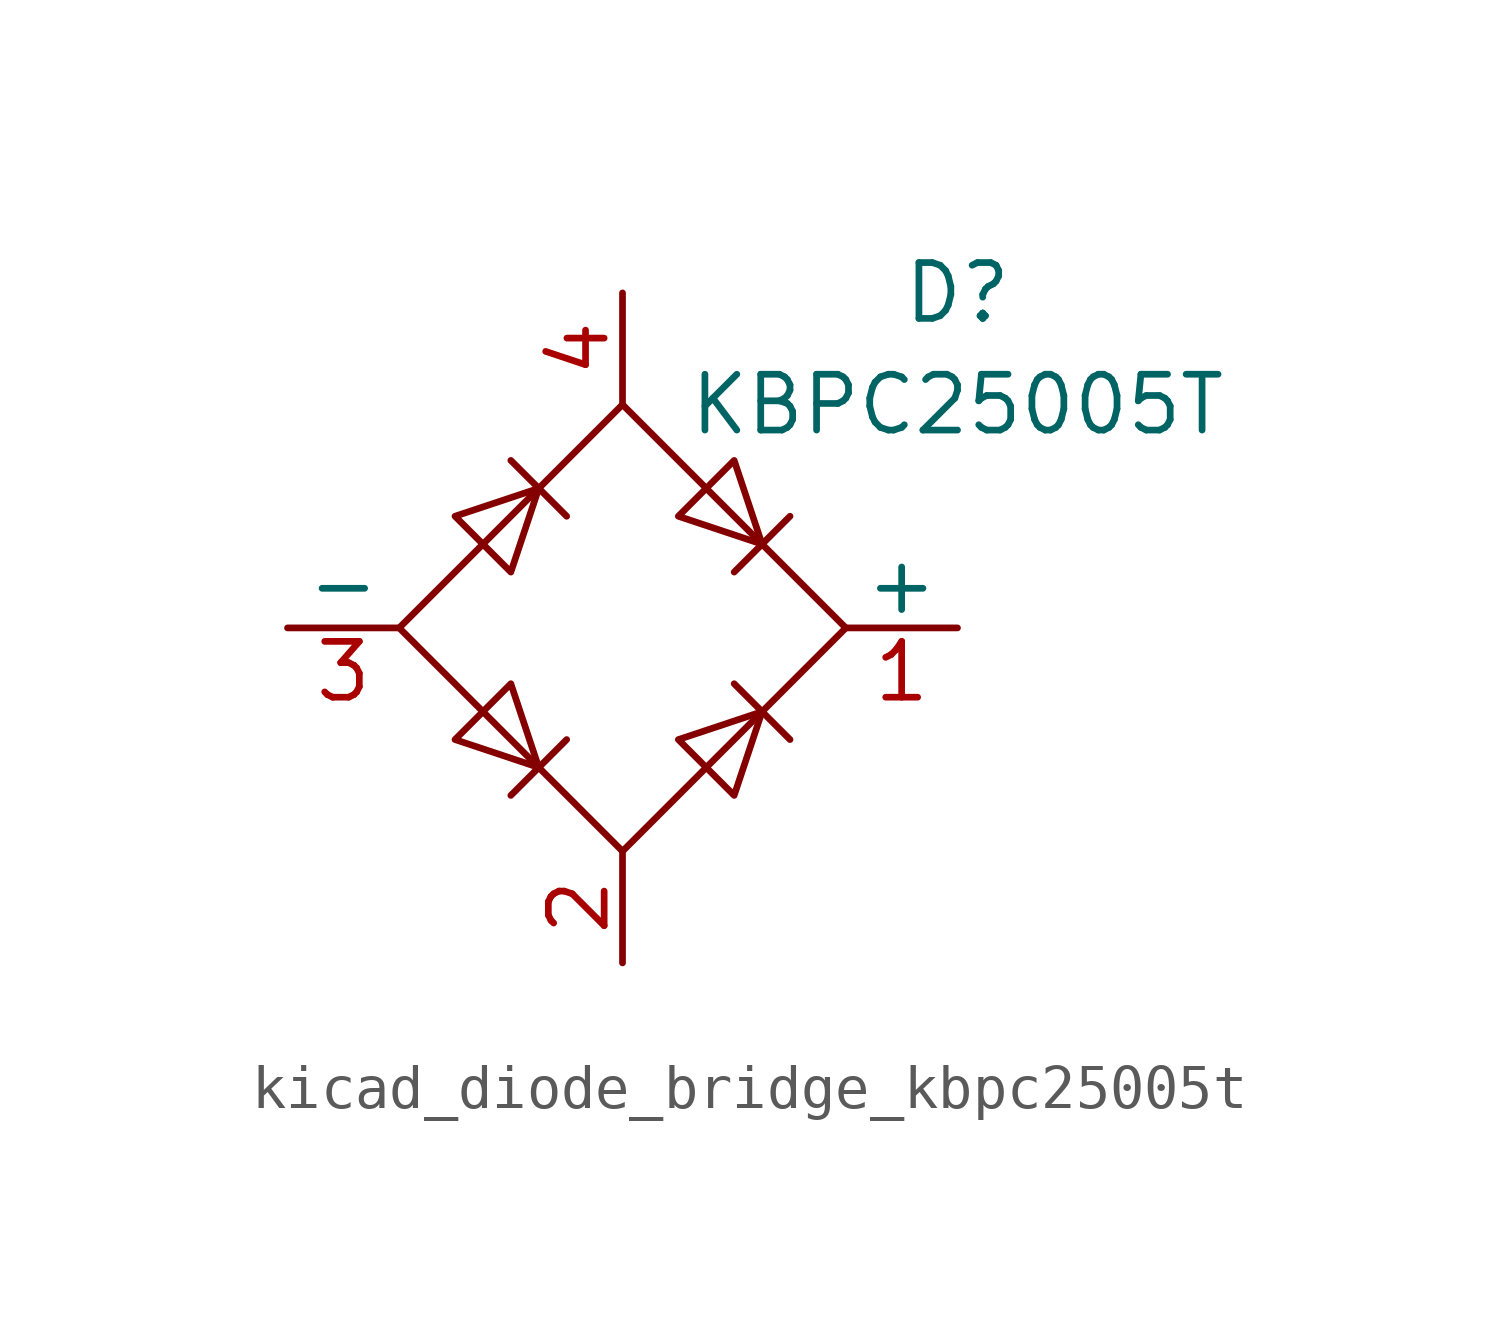
<source format=kicad_sym>
(kicad_symbol_lib
  (version 20220914)
  (generator kicad_symbol_editor)
  (symbol "kicad_diode_bridge_kbpc25005t"
    (pin_names
      (offset 0))
    (property "Reference" "D"
      (at 7.62 7.62 0)
      (effects (font (size 1.27 1.27))))
    (property "Value" "KBPC25005T"
      (at 7.62 5.08 0)
      (effects (font (size 1.27 1.27))))
    (symbol "kicad_diode_bridge_kbpc25005t_0_1"
      (polyline (pts (xy -2.54 3.81) (xy -1.27 2.54)) (stroke (width 0) (type default)) (fill (type none)))
      (polyline (pts (xy -1.27 -2.54) (xy -2.54 -3.81)) (stroke (width 0) (type default)) (fill (type none)))
      (polyline (pts (xy 2.54 -1.27) (xy 3.81 -2.54)) (stroke (width 0) (type default)) (fill (type none)))
      (polyline (pts (xy 2.54 1.27) (xy 3.81 2.54)) (stroke (width 0) (type default)) (fill (type none)))
      (polyline (pts (xy -3.81 2.54) (xy -2.54 1.27) (xy -1.905 3.175) (xy -3.81 2.54)) (stroke (width 0) (type default)) (fill (type none)))
      (polyline (pts (xy -2.54 -1.27) (xy -3.81 -2.54) (xy -1.905 -3.175) (xy -2.54 -1.27)) (stroke (width 0) (type default)) (fill (type none)))
      (polyline (pts (xy 1.27 2.54) (xy 2.54 3.81) (xy 3.175 1.905) (xy 1.27 2.54)) (stroke (width 0) (type default)) (fill (type none)))
      (polyline (pts (xy 3.175 -1.905) (xy 1.27 -2.54) (xy 2.54 -3.81) (xy 3.175 -1.905)) (stroke (width 0) (type default)) (fill (type none)))
      (polyline (pts (xy -5.08 0) (xy 0 -5.08) (xy 5.08 0) (xy 0 5.08) (xy -5.08 0)) (stroke (width 0) (type default)) (fill (type none))))
    (symbol "kicad_diode_bridge_kbpc25005t_1_1"
      (pin passive line (at 7.62 0 180) (length 2.54) (name "+" (effects (font (size 1.27 1.27)))) (number "1" (effects (font (size 1.27 1.27)))))
      (pin passive line (at 0 -7.62 90) (length 2.54) (name "~" (effects (font (size 1.27 1.27)))) (number "2" (effects (font (size 1.27 1.27)))))
      (pin passive line (at -7.62 0 0) (length 2.54) (name "-" (effects (font (size 1.27 1.27)))) (number "3" (effects (font (size 1.27 1.27)))))
      (pin passive line (at 0 7.62 270) (length 2.54) (name "~" (effects (font (size 1.27 1.27)))) (number "4" (effects (font (size 1.27 1.27))))))))
</source>
